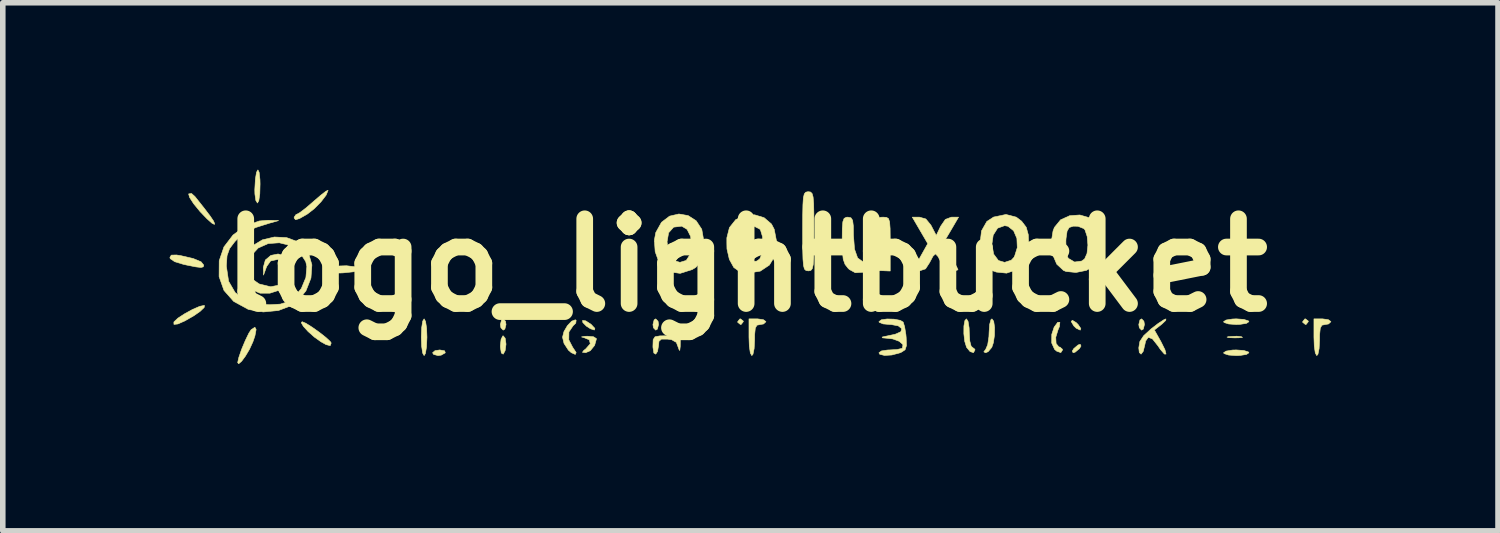
<source format=kicad_pcb>
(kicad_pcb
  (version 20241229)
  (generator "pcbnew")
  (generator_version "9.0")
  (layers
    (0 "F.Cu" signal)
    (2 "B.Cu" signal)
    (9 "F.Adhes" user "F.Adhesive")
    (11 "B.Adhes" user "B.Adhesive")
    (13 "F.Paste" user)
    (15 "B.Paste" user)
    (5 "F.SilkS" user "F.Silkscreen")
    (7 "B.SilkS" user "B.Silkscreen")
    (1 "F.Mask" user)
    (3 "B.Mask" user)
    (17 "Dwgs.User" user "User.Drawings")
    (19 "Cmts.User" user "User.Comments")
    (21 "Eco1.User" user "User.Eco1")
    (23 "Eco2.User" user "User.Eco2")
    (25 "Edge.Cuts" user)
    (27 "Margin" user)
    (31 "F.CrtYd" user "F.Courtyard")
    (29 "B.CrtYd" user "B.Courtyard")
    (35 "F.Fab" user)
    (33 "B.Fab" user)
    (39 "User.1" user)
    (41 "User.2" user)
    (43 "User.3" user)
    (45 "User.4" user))
  (footprint "logo_lightbucket"
    (layer "F.Cu")
    (at 10.368 1.719)
    (property "Reference" "logo_lightbucket" (at 0 0 0) (layer "F.SilkS") (effects (font (size 1.524 1.524) (thickness 0.3))))
    (attr through_hole)
    (fp_poly (pts (xy -5.422 1.54) (xy -5.41 1.575) (xy -5.482 1.617) (xy -5.54 1.626) (xy -5.621 1.604) (xy -5.639 1.575) (xy -5.595 1.537) (xy -5.509 1.524) (xy -5.422 1.54)) (stroke (width 0.01) (type solid)) (fill yes) (layer "F.SilkS"))
    (fp_poly (pts (xy -4.328 1.008) (xy -4.318 1.067) (xy -4.339 1.149) (xy -4.369 1.168) (xy -4.41 1.126) (xy -4.42 1.067) (xy -4.398 0.984) (xy -4.369 0.965) (xy -4.328 1.008)) (stroke (width 0.01) (type solid)) (fill yes) (layer "F.SilkS"))
    (fp_poly (pts (xy -1.584 1.008) (xy -1.575 1.067) (xy -1.596 1.149) (xy -1.626 1.168) (xy -1.667 1.126) (xy -1.676 1.067) (xy -1.655 0.984) (xy -1.626 0.965) (xy -1.584 1.008)) (stroke (width 0.01) (type solid)) (fill yes) (layer "F.SilkS"))
    (fp_poly (pts (xy -0.052 1.004) (xy -0.051 1.016) (xy -0.089 1.065) (xy -0.102 1.067) (xy -0.151 1.028) (xy -0.152 1.016) (xy -0.114 0.967) (xy -0.102 0.965) (xy -0.052 1.004)) (stroke (width 0.01) (type solid)) (fill yes) (layer "F.SilkS"))
    (fp_poly (pts (xy 5.935 1.032) (xy 5.969 1.066) (xy 6.019 1.139) (xy 6.008 1.168) (xy 5.935 1.133) (xy 5.892 1.091) (xy 5.845 1.012) (xy 5.867 0.991) (xy 5.935 1.032)) (stroke (width 0.01) (type solid)) (fill yes) (layer "F.SilkS"))
    (fp_poly (pts (xy 6.022 1.453) (xy 5.994 1.499) (xy 5.918 1.563) (xy 5.88 1.575) (xy 5.865 1.544) (xy 5.893 1.499) (xy 5.969 1.435) (xy 6.007 1.422) (xy 6.022 1.453)) (stroke (width 0.01) (type solid)) (fill yes) (layer "F.SilkS"))
    (fp_poly (pts (xy 7.153 1.008) (xy 7.163 1.067) (xy 7.142 1.149) (xy 7.112 1.168) (xy 7.071 1.126) (xy 7.061 1.067) (xy 7.082 0.984) (xy 7.112 0.965) (xy 7.153 1.008)) (stroke (width 0.01) (type solid)) (fill yes) (layer "F.SilkS"))
    (fp_poly (pts (xy 8.903 1.285) (xy 8.927 1.298) (xy 8.863 1.305) (xy 8.788 1.307) (xy 8.679 1.303) (xy 8.648 1.293) (xy 8.674 1.285) (xy 8.822 1.277) (xy 8.903 1.285)) (stroke (width 0.01) (type solid)) (fill yes) (layer "F.SilkS"))
    (fp_poly (pts (xy 10.108 1.004) (xy 10.109 1.016) (xy 10.071 1.065) (xy 10.058 1.067) (xy 10.009 1.028) (xy 10.008 1.016) (xy 10.046 0.967) (xy 10.058 0.965) (xy 10.108 1.004)) (stroke (width 0.01) (type solid)) (fill yes) (layer "F.SilkS"))
    (fp_poly (pts (xy -2.885 1.001) (xy -2.793 1.06) (xy -2.788 1.064) (xy -2.72 1.137) (xy -2.729 1.166) (xy -2.8 1.143) (xy -2.873 1.096) (xy -2.937 1.031) (xy -2.941 0.993) (xy -2.885 1.001)) (stroke (width 0.01) (type solid)) (fill yes) (layer "F.SilkS"))
    (fp_poly (pts (xy -4.333 1.314) (xy -4.318 1.419) (xy -4.334 1.537) (xy -4.369 1.6) (xy -4.403 1.579) (xy -4.419 1.475) (xy -4.42 1.451) (xy -4.407 1.332) (xy -4.376 1.272) (xy -4.369 1.27) (xy -4.333 1.314)) (stroke (width 0.01) (type solid)) (fill yes) (layer "F.SilkS"))
    (fp_poly (pts (xy -8.758 -1.671) (xy -8.743 -1.538) (xy -8.741 -1.46) (xy -8.746 -1.281) (xy -8.764 -1.159) (xy -8.788 -1.118) (xy -8.817 -1.163) (xy -8.834 -1.279) (xy -8.836 -1.359) (xy -8.825 -1.551) (xy -8.805 -1.671) (xy -8.78 -1.714) (xy -8.758 -1.671)) (stroke (width 0.01) (type solid)) (fill yes) (layer "F.SilkS"))
    (fp_poly (pts (xy -5.765 1.012) (xy -5.746 1.135) (xy -5.74 1.295) (xy -5.748 1.468) (xy -5.767 1.586) (xy -5.791 1.626) (xy -5.818 1.579) (xy -5.836 1.455) (xy -5.842 1.295) (xy -5.835 1.123) (xy -5.816 1.005) (xy -5.791 0.965) (xy -5.765 1.012)) (stroke (width 0.01) (type solid)) (fill yes) (layer "F.SilkS"))
    (fp_poly (pts (xy 8.95 0.975) (xy 9.032 1.001) (xy 9.042 1.016) (xy 8.997 1.046) (xy 8.882 1.064) (xy 8.814 1.067) (xy 8.677 1.057) (xy 8.596 1.031) (xy 8.585 1.016) (xy 8.631 0.986) (xy 8.745 0.968) (xy 8.814 0.965) (xy 8.95 0.975)) (stroke (width 0.01) (type solid)) (fill yes) (layer "F.SilkS"))
    (fp_poly (pts (xy 8.95 1.534) (xy 9.032 1.56) (xy 9.042 1.575) (xy 8.997 1.605) (xy 8.882 1.623) (xy 8.814 1.626) (xy 8.677 1.616) (xy 8.596 1.59) (xy 8.585 1.575) (xy 8.631 1.545) (xy 8.745 1.526) (xy 8.814 1.524) (xy 8.95 1.534)) (stroke (width 0.01) (type solid)) (fill yes) (layer "F.SilkS"))
    (fp_poly (pts (xy -7.019 0.03) (xy -6.945 0.059) (xy -6.961 0.091) (xy -7.063 0.119) (xy -7.245 0.138) (xy -7.29 0.14) (xy -7.472 0.145) (xy -7.568 0.14) (xy -7.593 0.122) (xy -7.561 0.088) (xy -7.544 0.074) (xy -7.396 0.017) (xy -7.188 0.01) (xy -7.019 0.03)) (stroke (width 0.01) (type solid)) (fill yes) (layer "F.SilkS"))
    (fp_poly (pts (xy -10.173 -0.173) (xy -9.944 -0.12) (xy -9.802 -0.061) (xy -9.754 -0.001) (xy -9.763 0.03) (xy -9.804 0.041) (xy -9.898 0.03) (xy -10.064 -0.003) (xy -10.122 -0.016) (xy -10.276 -0.063) (xy -10.356 -0.117) (xy -10.363 -0.138) (xy -10.338 -0.181) (xy -10.247 -0.184) (xy -10.173 -0.173)) (stroke (width 0.01) (type solid)) (fill yes) (layer "F.SilkS"))
    (fp_poly (pts (xy -9.742 0.724) (xy -9.746 0.76) (xy -9.82 0.831) (xy -9.929 0.907) (xy -10.094 1.002) (xy -10.219 1.057) (xy -10.29 1.065) (xy -10.291 1.023) (xy -10.287 1.017) (xy -10.218 0.952) (xy -10.095 0.872) (xy -9.954 0.795) (xy -9.826 0.74) (xy -9.745 0.723) (xy -9.742 0.724)) (stroke (width 0.01) (type solid)) (fill yes) (layer "F.SilkS"))
    (fp_poly (pts (xy -8.812 1.157) (xy -8.834 1.273) (xy -8.87 1.378) (xy -8.931 1.511) (xy -9.004 1.634) (xy -9.074 1.729) (xy -9.126 1.773) (xy -9.144 1.751) (xy -9.123 1.658) (xy -9.073 1.513) (xy -9.007 1.356) (xy -8.943 1.223) (xy -8.901 1.159) (xy -8.834 1.116) (xy -8.812 1.157)) (stroke (width 0.01) (type solid)) (fill yes) (layer "F.SilkS"))
    (fp_poly (pts (xy -7.918 1.044) (xy -7.805 1.115) (xy -7.674 1.208) (xy -7.556 1.301) (xy -7.478 1.374) (xy -7.462 1.399) (xy -7.48 1.447) (xy -7.555 1.428) (xy -7.648 1.376) (xy -7.767 1.291) (xy -7.878 1.192) (xy -7.962 1.1) (xy -8 1.035) (xy -7.985 1.016) (xy -7.918 1.044)) (stroke (width 0.01) (type solid)) (fill yes) (layer "F.SilkS"))
    (fp_poly (pts (xy -9.911 -1.233) (xy -9.746 -1.025) (xy -9.638 -0.883) (xy -9.578 -0.794) (xy -9.558 -0.747) (xy -9.562 -0.733) (xy -9.606 -0.755) (xy -9.697 -0.836) (xy -9.816 -0.96) (xy -9.823 -0.968) (xy -9.936 -1.106) (xy -10.008 -1.218) (xy -10.026 -1.281) (xy -10.025 -1.282) (xy -9.974 -1.29) (xy -9.911 -1.233)) (stroke (width 0.01) (type solid)) (fill yes) (layer "F.SilkS"))
    (fp_poly (pts (xy -2.745 1.287) (xy -2.693 1.32) (xy -2.692 1.324) (xy -2.725 1.442) (xy -2.803 1.538) (xy -2.885 1.573) (xy -2.944 1.566) (xy -2.92 1.533) (xy -2.883 1.504) (xy -2.803 1.413) (xy -2.82 1.342) (xy -2.908 1.306) (xy -2.961 1.29) (xy -2.916 1.28) (xy -2.857 1.277) (xy -2.745 1.287)) (stroke (width 0.01) (type solid)) (fill yes) (layer "F.SilkS"))
    (fp_poly (pts (xy 4.452 1.009) (xy 4.468 1.119) (xy 4.466 1.259) (xy 4.446 1.394) (xy 4.418 1.477) (xy 4.352 1.555) (xy 4.306 1.575) (xy 4.274 1.558) (xy 4.308 1.514) (xy 4.344 1.43) (xy 4.366 1.286) (xy 4.369 1.209) (xy 4.378 1.068) (xy 4.402 0.98) (xy 4.42 0.965) (xy 4.452 1.009)) (stroke (width 0.01) (type solid)) (fill yes) (layer "F.SilkS"))
    (fp_poly (pts (xy 3.991 1.011) (xy 4.01 1.128) (xy 4.013 1.219) (xy 4.022 1.364) (xy 4.046 1.456) (xy 4.064 1.473) (xy 4.113 1.512) (xy 4.115 1.524) (xy 4.088 1.573) (xy 4.027 1.553) (xy 3.964 1.477) (xy 3.931 1.37) (xy 3.915 1.231) (xy 3.916 1.095) (xy 3.934 0.995) (xy 3.962 0.965) (xy 3.991 1.011)) (stroke (width 0.01) (type solid)) (fill yes) (layer "F.SilkS"))
    (fp_poly (pts (xy 5.642 1.027) (xy 5.634 1.103) (xy 5.609 1.162) (xy 5.568 1.296) (xy 5.574 1.409) (xy 5.624 1.47) (xy 5.644 1.473) (xy 5.688 1.512) (xy 5.69 1.524) (xy 5.659 1.572) (xy 5.586 1.547) (xy 5.547 1.514) (xy 5.495 1.399) (xy 5.496 1.244) (xy 5.539 1.114) (xy 5.604 1.026) (xy 5.642 1.027)) (stroke (width 0.01) (type solid)) (fill yes) (layer "F.SilkS"))
    (fp_poly (pts (xy -3.057 0.991) (xy -3.064 1.042) (xy -3.112 1.089) (xy -3.187 1.2) (xy -3.189 1.343) (xy -3.118 1.48) (xy -3.116 1.482) (xy -3.057 1.571) (xy -3.072 1.605) (xy -3.142 1.575) (xy -3.196 1.528) (xy -3.275 1.407) (xy -3.302 1.295) (xy -3.276 1.193) (xy -3.214 1.087) (xy -3.138 1.007) (xy -3.072 0.982) (xy -3.057 0.991)) (stroke (width 0.01) (type solid)) (fill yes) (layer "F.SilkS"))
    (fp_poly (pts (xy 0.31 0.98) (xy 0.356 1.015) (xy 0.356 1.016) (xy 0.313 1.057) (xy 0.254 1.067) (xy 0.195 1.079) (xy 0.165 1.131) (xy 0.153 1.248) (xy 0.152 1.346) (xy 0.144 1.499) (xy 0.123 1.601) (xy 0.102 1.626) (xy 0.075 1.579) (xy 0.057 1.455) (xy 0.051 1.295) (xy 0.051 0.965) (xy 0.203 0.965) (xy 0.31 0.98)) (stroke (width 0.01) (type solid)) (fill yes) (layer "F.SilkS"))
    (fp_poly (pts (xy 10.47 0.98) (xy 10.516 1.015) (xy 10.516 1.016) (xy 10.473 1.057) (xy 10.414 1.067) (xy 10.355 1.079) (xy 10.325 1.131) (xy 10.313 1.248) (xy 10.312 1.346) (xy 10.304 1.499) (xy 10.283 1.601) (xy 10.262 1.626) (xy 10.235 1.579) (xy 10.217 1.455) (xy 10.211 1.295) (xy 10.211 0.965) (xy 10.363 0.965) (xy 10.47 0.98)) (stroke (width 0.01) (type solid)) (fill yes) (layer "F.SilkS"))
    (fp_poly (pts (xy -7.518 -1.346) (xy -7.554 -1.259) (xy -7.646 -1.139) (xy -7.766 -1.017) (xy -7.89 -0.92) (xy -7.894 -0.918) (xy -8.03 -0.84) (xy -8.102 -0.817) (xy -8.127 -0.846) (xy -8.128 -0.864) (xy -8.093 -0.913) (xy -8.083 -0.914) (xy -8.025 -0.946) (xy -7.916 -1.029) (xy -7.78 -1.146) (xy -7.778 -1.148) (xy -7.65 -1.258) (xy -7.557 -1.33) (xy -7.519 -1.347) (xy -7.518 -1.346)) (stroke (width 0.01) (type solid)) (fill yes) (layer "F.SilkS"))
    (fp_poly (pts (xy 7.546 0.993) (xy 7.479 1.057) (xy 7.468 1.066) (xy 7.341 1.165) (xy 7.459 1.374) (xy 7.532 1.521) (xy 7.551 1.598) (xy 7.522 1.598) (xy 7.449 1.514) (xy 7.408 1.453) (xy 7.307 1.326) (xy 7.232 1.296) (xy 7.184 1.364) (xy 7.171 1.426) (xy 7.141 1.549) (xy 7.102 1.6) (xy 7.07 1.57) (xy 7.061 1.487) (xy 7.08 1.373) (xy 7.149 1.268) (xy 7.282 1.146) (xy 7.411 1.047) (xy 7.511 0.982) (xy 7.549 0.966) (xy 7.546 0.993)) (stroke (width 0.01) (type solid)) (fill yes) (layer "F.SilkS"))
    (fp_poly (pts (xy -1.187 1.124) (xy -1.183 1.255) (xy -1.183 1.295) (xy -1.185 1.461) (xy -1.194 1.535) (xy -1.209 1.513) (xy -1.213 1.499) (xy -1.255 1.388) (xy -1.341 1.34) (xy -1.41 1.33) (xy -1.523 1.329) (xy -1.568 1.369) (xy -1.575 1.442) (xy -1.593 1.55) (xy -1.626 1.6) (xy -1.66 1.579) (xy -1.676 1.475) (xy -1.676 1.451) (xy -1.672 1.339) (xy -1.638 1.287) (xy -1.549 1.271) (xy -1.451 1.27) (xy -1.311 1.265) (xy -1.242 1.236) (xy -1.213 1.163) (xy -1.205 1.105) (xy -1.195 1.069) (xy -1.187 1.124)) (stroke (width 0.01) (type solid)) (fill yes) (layer "F.SilkS"))
    (fp_poly (pts (xy 1.158 -1.316) (xy 1.186 -1.289) (xy 1.204 -1.226) (xy 1.214 -1.111) (xy 1.218 -0.929) (xy 1.219 -0.662) (xy 1.219 -0.61) (xy 1.218 -0.328) (xy 1.215 -0.133) (xy 1.206 -0.008) (xy 1.189 0.063) (xy 1.163 0.094) (xy 1.125 0.102) (xy 1.118 0.102) (xy 1.077 0.096) (xy 1.049 0.07) (xy 1.032 0.007) (xy 1.022 -0.108) (xy 1.017 -0.291) (xy 1.016 -0.557) (xy 1.016 -0.61) (xy 1.017 -0.891) (xy 1.021 -1.086) (xy 1.029 -1.212) (xy 1.046 -1.282) (xy 1.072 -1.313) (xy 1.11 -1.321) (xy 1.118 -1.321) (xy 1.158 -1.316)) (stroke (width 0.01) (type solid)) (fill yes) (layer "F.SilkS"))
    (fp_poly (pts (xy -1.043 -0.892) (xy -0.899 -0.799) (xy -0.798 -0.646) (xy -0.763 -0.447) (xy -0.776 -0.217) (xy -0.82 -0.063) (xy -0.904 0.038) (xy -0.969 0.078) (xy -1.187 0.147) (xy -1.383 0.118) (xy -1.46 0.074) (xy -1.569 -0.056) (xy -1.636 -0.244) (xy -1.648 -0.422) (xy -1.422 -0.422) (xy -1.395 -0.215) (xy -1.314 -0.09) (xy -1.191 -0.051) (xy -1.077 -0.086) (xy -1.01 -0.191) (xy -0.978 -0.356) (xy -0.999 -0.518) (xy -1.062 -0.644) (xy -1.158 -0.702) (xy -1.304 -0.684) (xy -1.394 -0.583) (xy -1.422 -0.422) (xy -1.648 -0.422) (xy -1.65 -0.452) (xy -1.625 -0.587) (xy -1.522 -0.772) (xy -1.377 -0.882) (xy -1.21 -0.921) (xy -1.043 -0.892)) (stroke (width 0.01) (type solid)) (fill yes) (layer "F.SilkS"))
    (fp_poly (pts (xy 3.232 -0.831) (xy 3.322 -0.721) (xy 3.334 -0.699) (xy 3.419 -0.535) (xy 3.497 -0.699) (xy 3.582 -0.823) (xy 3.688 -0.863) (xy 3.697 -0.864) (xy 3.82 -0.864) (xy 3.685 -0.633) (xy 3.549 -0.403) (xy 3.68 -0.169) (xy 3.753 -0.035) (xy 3.8 0.058) (xy 3.81 0.083) (xy 3.767 0.097) (xy 3.689 0.102) (xy 3.58 0.065) (xy 3.505 -0.051) (xy 3.451 -0.155) (xy 3.406 -0.203) (xy 3.404 -0.203) (xy 3.36 -0.161) (xy 3.306 -0.06) (xy 3.302 -0.051) (xy 3.226 0.066) (xy 3.117 0.102) (xy 3.115 0.102) (xy 2.991 0.102) (xy 3.129 -0.143) (xy 3.266 -0.388) (xy 3.127 -0.626) (xy 2.988 -0.864) (xy 3.118 -0.864) (xy 3.232 -0.831)) (stroke (width 0.01) (type solid)) (fill yes) (layer "F.SilkS"))
    (fp_poly (pts (xy 4.858 -0.864) (xy 4.955 -0.79) (xy 5.037 -0.682) (xy 5.074 -0.548) (xy 5.08 -0.413) (xy 5.072 -0.206) (xy 5.039 -0.072) (xy 4.97 0.017) (xy 4.873 0.078) (xy 4.684 0.143) (xy 4.5 0.124) (xy 4.436 0.101) (xy 4.299 -0.007) (xy 4.222 -0.196) (xy 4.204 -0.375) (xy 4.205 -0.381) (xy 4.42 -0.381) (xy 4.451 -0.199) (xy 4.537 -0.084) (xy 4.648 -0.051) (xy 4.768 -0.09) (xy 4.824 -0.149) (xy 4.876 -0.316) (xy 4.869 -0.482) (xy 4.81 -0.619) (xy 4.709 -0.7) (xy 4.648 -0.711) (xy 4.522 -0.666) (xy 4.443 -0.541) (xy 4.42 -0.381) (xy 4.205 -0.381) (xy 4.233 -0.618) (xy 4.329 -0.787) (xy 4.451 -0.866) (xy 4.673 -0.912) (xy 4.858 -0.864)) (stroke (width 0.01) (type solid)) (fill yes) (layer "F.SilkS"))
    (fp_poly (pts (xy 0.323 -0.854) (xy 0.456 -0.74) (xy 0.505 -0.646) (xy 0.554 -0.392) (xy 0.521 -0.173) (xy 0.418 -0.002) (xy 0.254 0.107) (xy 0.042 0.141) (xy -0.115 0.117) (xy -0.222 0.041) (xy -0.302 -0.105) (xy -0.345 -0.292) (xy -0.347 -0.4) (xy -0.109 -0.4) (xy -0.093 -0.244) (xy -0.057 -0.135) (xy -0.051 -0.127) (xy 0.063 -0.058) (xy 0.191 -0.074) (xy 0.244 -0.112) (xy 0.286 -0.208) (xy 0.303 -0.358) (xy 0.294 -0.514) (xy 0.259 -0.63) (xy 0.244 -0.65) (xy 0.147 -0.699) (xy 0.027 -0.708) (xy -0.065 -0.674) (xy -0.076 -0.66) (xy -0.105 -0.554) (xy -0.109 -0.4) (xy -0.347 -0.4) (xy -0.347 -0.492) (xy -0.301 -0.674) (xy -0.299 -0.678) (xy -0.187 -0.819) (xy -0.027 -0.894) (xy 0.153 -0.906) (xy 0.323 -0.854)) (stroke (width 0.01) (type solid)) (fill yes) (layer "F.SilkS"))
    (fp_poly (pts (xy 2.662 0.971) (xy 2.772 0.992) (xy 2.824 1.023) (xy 2.85 1.107) (xy 2.873 1.248) (xy 2.878 1.304) (xy 2.883 1.446) (xy 2.858 1.522) (xy 2.788 1.567) (xy 2.766 1.576) (xy 2.62 1.615) (xy 2.489 1.623) (xy 2.403 1.602) (xy 2.388 1.575) (xy 2.433 1.542) (xy 2.544 1.525) (xy 2.582 1.524) (xy 2.716 1.516) (xy 2.802 1.496) (xy 2.81 1.491) (xy 2.82 1.429) (xy 2.754 1.369) (xy 2.637 1.326) (xy 2.546 1.315) (xy 2.454 1.307) (xy 2.445 1.293) (xy 2.464 1.288) (xy 2.6 1.259) (xy 2.68 1.242) (xy 2.782 1.197) (xy 2.798 1.141) (xy 2.736 1.091) (xy 2.607 1.067) (xy 2.591 1.067) (xy 2.464 1.056) (xy 2.393 1.027) (xy 2.388 1.016) (xy 2.431 0.982) (xy 2.535 0.967) (xy 2.662 0.971)) (stroke (width 0.01) (type solid)) (fill yes) (layer "F.SilkS"))
    (fp_poly (pts (xy 6.174 -0.853) (xy 6.307 -0.739) (xy 6.33 -0.701) (xy 6.383 -0.519) (xy 6.386 -0.31) (xy 6.34 -0.118) (xy 6.264 0.007) (xy 6.119 0.093) (xy 5.931 0.131) (xy 5.753 0.113) (xy 5.708 0.095) (xy 5.586 -0.018) (xy 5.51 -0.196) (xy 5.485 -0.405) (xy 5.491 -0.441) (xy 5.75 -0.441) (xy 5.753 -0.277) (xy 5.778 -0.154) (xy 5.794 -0.123) (xy 5.906 -0.057) (xy 6.033 -0.074) (xy 6.086 -0.112) (xy 6.13 -0.211) (xy 6.146 -0.36) (xy 6.133 -0.516) (xy 6.094 -0.633) (xy 6.073 -0.658) (xy 5.967 -0.7) (xy 5.883 -0.702) (xy 5.81 -0.678) (xy 5.772 -0.614) (xy 5.753 -0.483) (xy 5.75 -0.441) (xy 5.491 -0.441) (xy 5.519 -0.616) (xy 5.544 -0.68) (xy 5.655 -0.816) (xy 5.818 -0.89) (xy 6.001 -0.903) (xy 6.174 -0.853)) (stroke (width 0.01) (type solid)) (fill yes) (layer "F.SilkS"))
    (fp_poly (pts (xy 2.523 -0.86) (xy 2.56 -0.838) (xy 2.58 -0.777) (xy 2.589 -0.658) (xy 2.591 -0.464) (xy 2.591 -0.379) (xy 2.591 0.105) (xy 2.426 0.098) (xy 2.249 0.105) (xy 2.101 0.127) (xy 1.963 0.136) (xy 1.856 0.077) (xy 1.834 0.056) (xy 1.779 -0.014) (xy 1.746 -0.106) (xy 1.731 -0.246) (xy 1.727 -0.457) (xy 1.729 -0.66) (xy 1.739 -0.781) (xy 1.762 -0.842) (xy 1.802 -0.862) (xy 1.829 -0.864) (xy 1.884 -0.853) (xy 1.915 -0.807) (xy 1.928 -0.702) (xy 1.93 -0.537) (xy 1.949 -0.288) (xy 2.005 -0.13) (xy 2.101 -0.061) (xy 2.241 -0.076) (xy 2.256 -0.082) (xy 2.3 -0.121) (xy 2.325 -0.21) (xy 2.336 -0.37) (xy 2.337 -0.488) (xy 2.338 -0.68) (xy 2.348 -0.792) (xy 2.373 -0.846) (xy 2.421 -0.862) (xy 2.464 -0.864) (xy 2.523 -0.86)) (stroke (width 0.01) (type solid)) (fill yes) (layer "F.SilkS"))
    (fp_poly (pts (xy -8.407 -0.802) (xy -8.585 -0.752) (xy -8.815 -0.679) (xy -8.975 -0.609) (xy -9.095 -0.525) (xy -9.195 -0.424) (xy -9.29 -0.298) (xy -9.335 -0.171) (xy -9.347 0.003) (xy -9.347 0.02) (xy -9.307 0.289) (xy -9.189 0.493) (xy -8.995 0.632) (xy -8.727 0.702) (xy -8.566 0.711) (xy -8.377 0.7) (xy -8.244 0.658) (xy -8.133 0.58) (xy -7.999 0.419) (xy -7.917 0.221) (xy -7.9 0.024) (xy -7.92 -0.065) (xy -8.034 -0.24) (xy -8.2 -0.354) (xy -8.395 -0.403) (xy -8.595 -0.389) (xy -8.775 -0.309) (xy -8.911 -0.162) (xy -8.94 -0.103) (xy -8.976 0.08) (xy -8.917 0.225) (xy -8.764 0.333) (xy -8.751 0.339) (xy -8.55 0.388) (xy -8.392 0.356) (xy -8.288 0.246) (xy -8.277 0.22) (xy -8.246 0.055) (xy -8.292 -0.055) (xy -8.411 -0.101) (xy -8.432 -0.102) (xy -8.552 -0.076) (xy -8.621 0.021) (xy -8.628 0.038) (xy -8.679 0.178) (xy -8.683 0.04) (xy -8.646 -0.093) (xy -8.547 -0.176) (xy -8.417 -0.202) (xy -8.286 -0.163) (xy -8.203 -0.082) (xy -8.147 0.077) (xy -8.173 0.226) (xy -8.264 0.354) (xy -8.401 0.451) (xy -8.566 0.504) (xy -8.739 0.504) (xy -8.903 0.437) (xy -8.969 0.383) (xy -9.072 0.219) (xy -9.082 0.022) (xy -9.016 -0.172) (xy -8.885 -0.344) (xy -8.699 -0.456) (xy -8.484 -0.507) (xy -8.264 -0.496) (xy -8.063 -0.422) (xy -7.908 -0.282) (xy -7.873 -0.227) (xy -7.809 -0.006) (xy -7.826 0.232) (xy -7.916 0.461) (xy -8.07 0.651) (xy -8.171 0.724) (xy -8.411 0.815) (xy -8.684 0.841) (xy -8.941 0.798) (xy -8.958 0.792) (xy -9.216 0.651) (xy -9.39 0.454) (xy -9.478 0.205) (xy -9.476 -0.08) (xy -9.391 -0.328) (xy -9.228 -0.542) (xy -9.009 -0.704) (xy -8.756 -0.795) (xy -8.6 -0.808) (xy -8.407 -0.802)) (stroke (width 0.01) (type solid)) (fill yes) (layer "F.SilkS")))
  (gr_rect
    (start -3 -3)
    (end 23.889 6.496)
    (stroke (width 0.1) (type default))
    (fill no)
    (layer "Edge.Cuts")))
</source>
